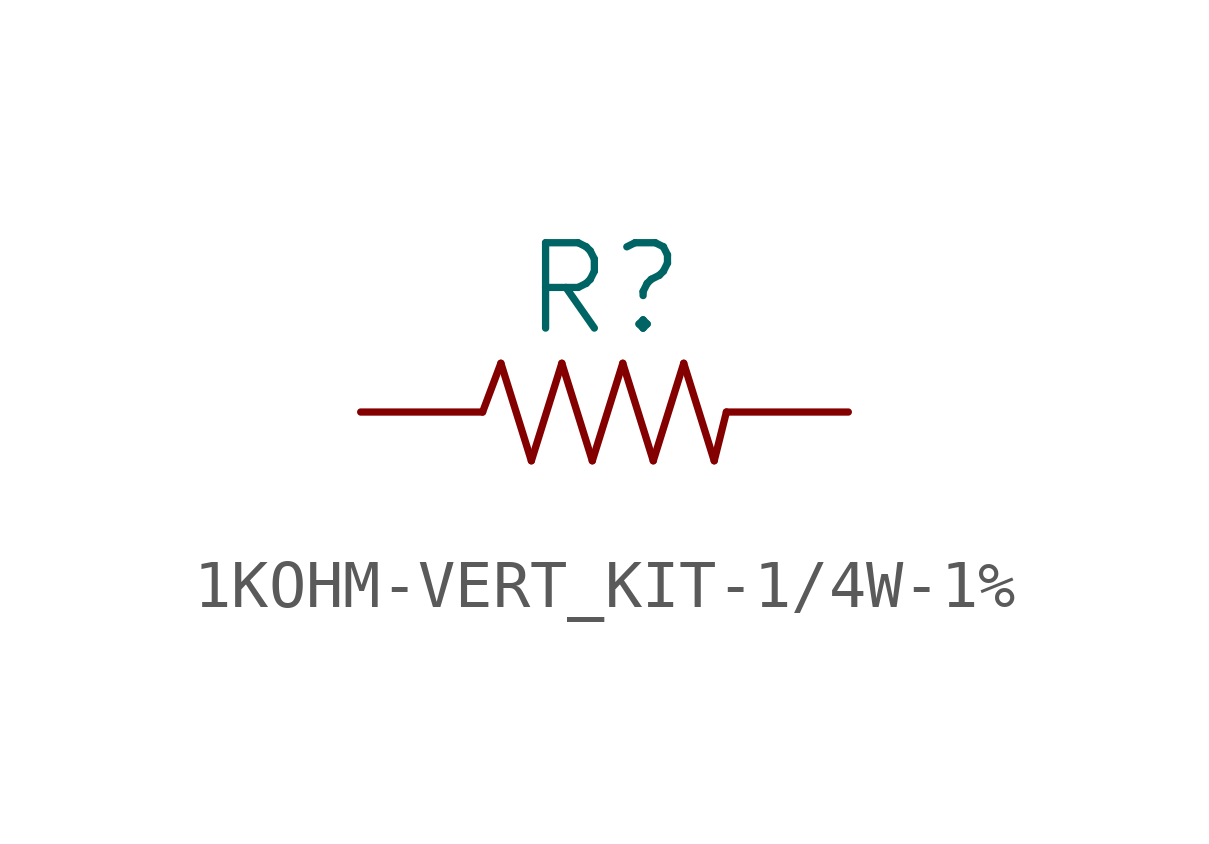
<source format=kicad_sym>
(kicad_symbol_lib
  (version 20220914)
  (generator kicad_symbol_editor)
  (symbol "1KOHM-VERT_KIT-1/4W-1%"
    (property "Reference" "R"
      (at 0 1.524 0)
      (effects (font (size 1.778 1.778)) (justify bottom)))
    (property "Value" ""
      (at 0 -1.524 0)
      (effects (font (size 1.778 1.778)) (justify top)))
    (property "ki_locked" ""
      (at 0 0 0)
      (effects (font (size 1.27 1.27))))
    (symbol "1KOHM-VERT_KIT-1/4W-1%_1_0"
      (polyline (pts (xy -2.54 0) (xy -2.159 1.016)) (stroke (width 0.152) (type solid)) (fill (type none)))
      (polyline (pts (xy -2.159 1.016) (xy -1.524 -1.016)) (stroke (width 0.152) (type solid)) (fill (type none)))
      (polyline (pts (xy -1.524 -1.016) (xy -0.889 1.016)) (stroke (width 0.152) (type solid)) (fill (type none)))
      (polyline (pts (xy -0.889 1.016) (xy -0.254 -1.016)) (stroke (width 0.152) (type solid)) (fill (type none)))
      (polyline (pts (xy -0.254 -1.016) (xy 0.381 1.016)) (stroke (width 0.152) (type solid)) (fill (type none)))
      (polyline (pts (xy 0.381 1.016) (xy 1.016 -1.016)) (stroke (width 0.152) (type solid)) (fill (type none)))
      (polyline (pts (xy 1.016 -1.016) (xy 1.651 1.016)) (stroke (width 0.152) (type solid)) (fill (type none)))
      (polyline (pts (xy 1.651 1.016) (xy 2.286 -1.016)) (stroke (width 0.152) (type solid)) (fill (type none)))
      (polyline (pts (xy 2.286 -1.016) (xy 2.54 0)) (stroke (width 0.152) (type solid)) (fill (type none)))
      (pin passive line (at -5.08 0 0) (length 2.54) (name "1" (effects (font (size 0 0)))) (number "P$1" (effects (font (size 0 0)))))
      (pin passive line (at 5.08 0 180) (length 2.54) (name "2" (effects (font (size 0 0)))) (number "P$2" (effects (font (size 0 0))))))))
</source>
